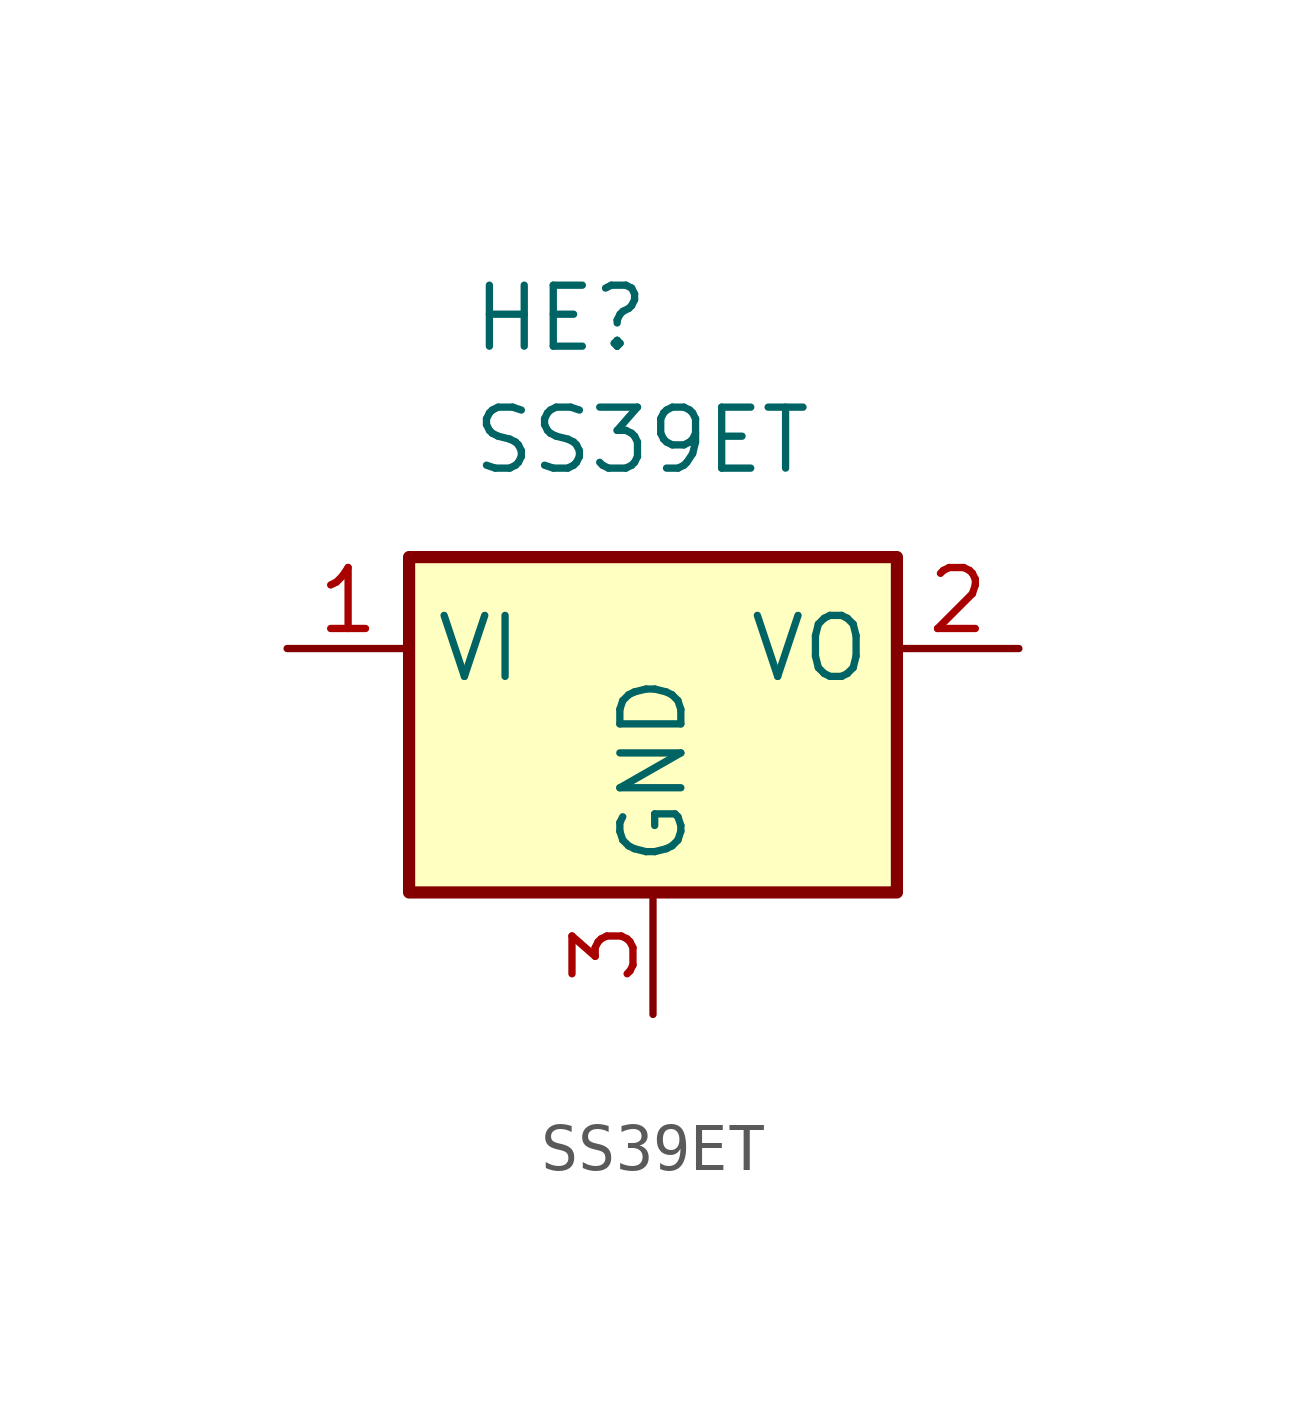
<source format=kicad_sym>
(kicad_symbol_lib
  (version 20231120)
  (generator "kicad_symbol_editor")
  (generator_version "8.0")
  (symbol "SS39ET"
    (property "Reference" "HE"
      (at -3.81 7.62 0)
      (effects (font (size 1.27 1.27)) (justify left top)))
    (property "Value" "SS39ET"
      (at -3.81 5.08 0)
      (effects (font (size 1.27 1.27)) (justify left top)))
    (symbol "SS39ET_0_1"
      (rectangle (start -5.08 1.905) (end 5.08 -5.08) (stroke (width 0.254) (type default)) (fill (type background))))
    (symbol "SS39ET_1_1"
      (pin power_in line (at -7.62 0 0) (length 2.54) (name "VI" (effects (font (size 1.27 1.27)))) (number "1" (effects (font (size 1.27 1.27)))))
      (pin power_out line (at 7.62 0 180) (length 2.54) (name "VO" (effects (font (size 1.27 1.27)))) (number "2" (effects (font (size 1.27 1.27)))))
      (pin power_in line (at 0 -7.62 90) (length 2.54) (name "GND" (effects (font (size 1.27 1.27)))) (number "3" (effects (font (size 1.27 1.27))))))))
</source>
